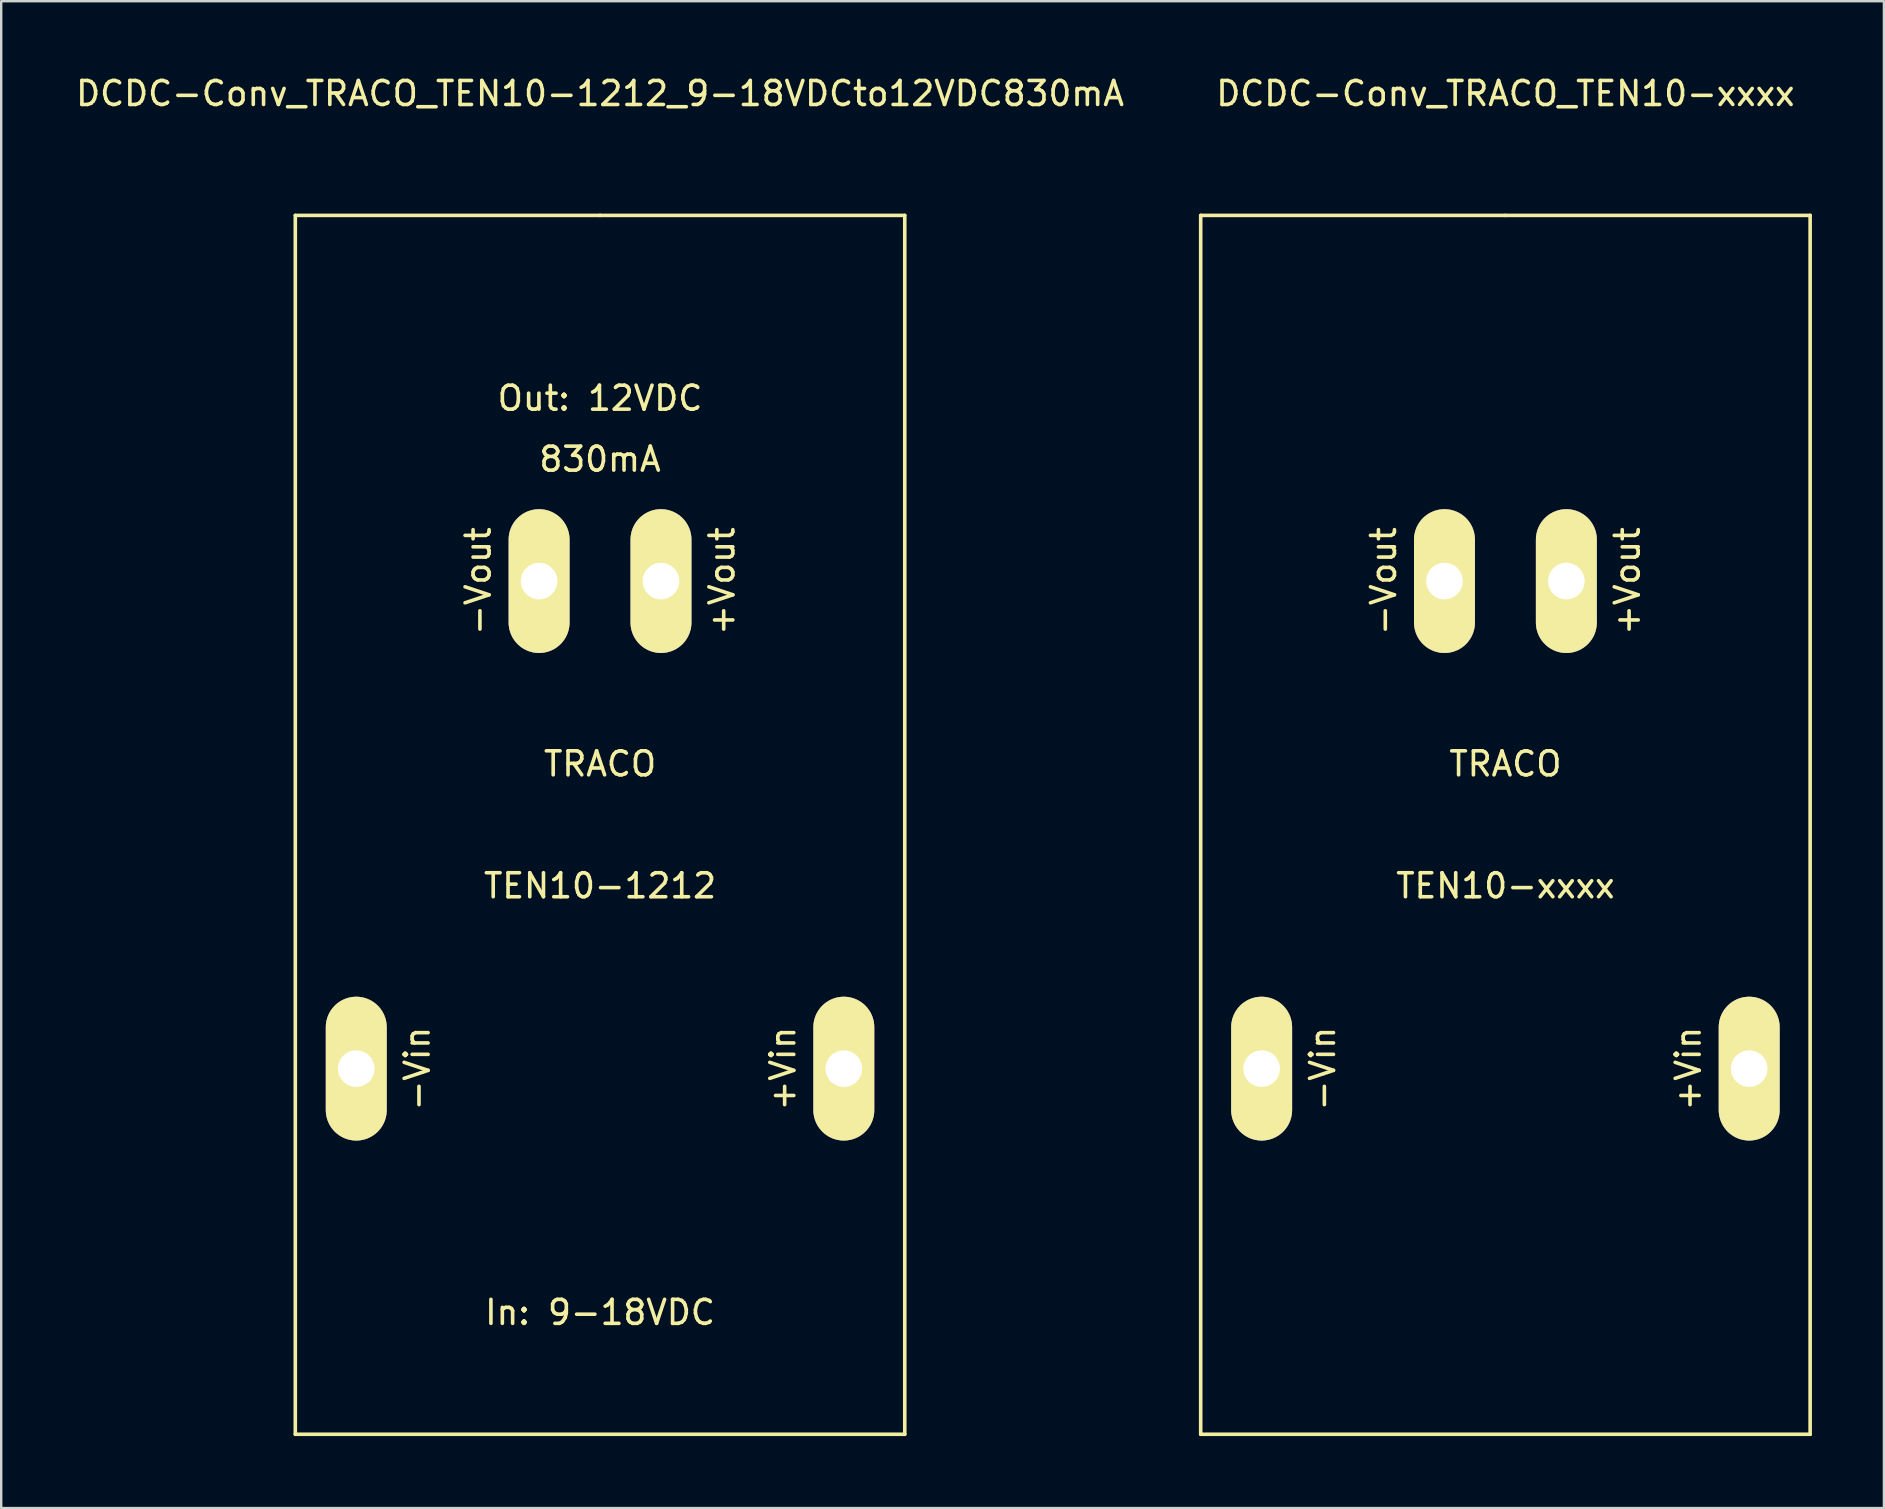
<source format=kicad_pcb>
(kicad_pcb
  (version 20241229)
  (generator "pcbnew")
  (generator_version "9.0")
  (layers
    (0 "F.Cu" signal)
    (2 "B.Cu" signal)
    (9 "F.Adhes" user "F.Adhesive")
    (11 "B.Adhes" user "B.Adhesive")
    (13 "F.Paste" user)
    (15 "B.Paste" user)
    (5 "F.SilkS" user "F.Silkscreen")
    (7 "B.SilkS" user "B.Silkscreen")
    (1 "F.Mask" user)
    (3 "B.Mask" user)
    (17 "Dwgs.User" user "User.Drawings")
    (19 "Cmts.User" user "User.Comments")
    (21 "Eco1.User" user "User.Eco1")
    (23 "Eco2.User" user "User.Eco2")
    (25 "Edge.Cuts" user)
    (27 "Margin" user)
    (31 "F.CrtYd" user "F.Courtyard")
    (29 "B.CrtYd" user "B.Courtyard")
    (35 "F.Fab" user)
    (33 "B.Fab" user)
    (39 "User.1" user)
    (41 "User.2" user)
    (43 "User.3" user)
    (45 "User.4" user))
  (footprint "DCDC-Conv_TRACO_TEN10-xxxx"
    (layer "F.Cu")
    (at 59.692 31.328)
    (property "Reference" "DCDC-Conv_TRACO_TEN10-xxxx" (at 0 -30.48 0) (layer "F.SilkS") (effects (font (size 1 1) (thickness 0.15))))
    (attr through_hole)
    (fp_line (start -12.7 -25.4) (end -12.7 25.4) (stroke (width 0.15) (type solid)) (layer "F.SilkS"))
    (fp_line (start -12.7 25.4) (end 12.7 25.4) (stroke (width 0.15) (type solid)) (layer "F.SilkS"))
    (fp_line (start 0 -25.4) (end -12.7 -25.4) (stroke (width 0.15) (type solid)) (layer "F.SilkS"))
    (fp_line (start 12.7 -25.4) (end 0 -25.4) (stroke (width 0.15) (type solid)) (layer "F.SilkS"))
    (fp_line (start 12.7 25.4) (end 12.7 -25.4) (stroke (width 0.15) (type solid)) (layer "F.SilkS"))
    (fp_text user "+Vin" (at 7.62 10.16 90) (layer "F.SilkS") (effects (font (size 1 1) (thickness 0.15))))
    (fp_text user "-Vout" (at -5.08 -10.16 90) (layer "F.SilkS") (effects (font (size 1 1) (thickness 0.15))))
    (fp_text user "+Vout" (at 5.08 -10.16 90) (layer "F.SilkS") (effects (font (size 1 1) (thickness 0.15))))
    (fp_text user "TEN10-xxxx" (at 0 2.54 0) (layer "F.SilkS") (effects (font (size 1 1) (thickness 0.15))))
    (fp_text user "-Vin" (at -7.62 10.16 90) (layer "F.SilkS") (effects (font (size 1 1) (thickness 0.15))))
    (fp_text user "TRACO" (at 0 -2.54 0) (layer "F.SilkS") (effects (font (size 1 1) (thickness 0.15))))
    (pad "1" thru_hole oval (at -2.54 -10.16) (size 2.54 5.994) (drill 1.524) (layers "*.Cu" "*.Mask" "F.SilkS"))
    (pad "2" thru_hole oval (at 2.54 -10.16) (size 2.54 5.994) (drill 1.524) (layers "*.Cu" "*.Mask" "F.SilkS"))
    (pad "3" thru_hole oval (at -10.16 10.16) (size 2.54 5.994) (drill 1.524) (layers "*.Cu" "*.Mask" "F.SilkS"))
    (pad "5" thru_hole oval (at 10.16 10.16) (size 2.54 5.994) (drill 1.524) (layers "*.Cu" "*.Mask" "F.SilkS")))
  (footprint "DCDC-Conv_TRACO_TEN10-1212_9-18VDCto12VDC830mA"
    (layer "F.Cu")
    (at 21.958 31.328)
    (property "Reference" "DCDC-Conv_TRACO_TEN10-1212_9-18VDCto12VDC830mA" (at 0 -30.48 0) (layer "F.SilkS") (effects (font (size 1 1) (thickness 0.15))))
    (attr through_hole)
    (fp_line (start -12.7 -25.4) (end -12.7 25.4) (stroke (width 0.15) (type solid)) (layer "F.SilkS"))
    (fp_line (start -12.7 25.4) (end 12.7 25.4) (stroke (width 0.15) (type solid)) (layer "F.SilkS"))
    (fp_line (start 0 -25.4) (end -12.7 -25.4) (stroke (width 0.15) (type solid)) (layer "F.SilkS"))
    (fp_line (start 12.7 -25.4) (end 0 -25.4) (stroke (width 0.15) (type solid)) (layer "F.SilkS"))
    (fp_line (start 12.7 25.4) (end 12.7 -25.4) (stroke (width 0.15) (type solid)) (layer "F.SilkS"))
    (fp_text user "-Vout" (at -5.08 -10.16 90) (layer "F.SilkS") (effects (font (size 1 1) (thickness 0.15))))
    (fp_text user "+Vin" (at 7.62 10.16 90) (layer "F.SilkS") (effects (font (size 1 1) (thickness 0.15))))
    (fp_text user "830mA" (at 0 -15.24 0) (layer "F.SilkS") (effects (font (size 1 1) (thickness 0.15))))
    (fp_text user "+Vout" (at 5.08 -10.16 90) (layer "F.SilkS") (effects (font (size 1 1) (thickness 0.15))))
    (fp_text user "Out: 12VDC" (at 0 -17.78 0) (layer "F.SilkS") (effects (font (size 1 1) (thickness 0.15))))
    (fp_text user "TRACO" (at 0 -2.54 0) (layer "F.SilkS") (effects (font (size 1 1) (thickness 0.15))))
    (fp_text user "In: 9-18VDC" (at 0 20.32 0) (layer "F.SilkS") (effects (font (size 1 1) (thickness 0.15))))
    (fp_text user "-Vin" (at -7.62 10.16 90) (layer "F.SilkS") (effects (font (size 1 1) (thickness 0.15))))
    (fp_text user "TEN10-1212" (at 0 2.54 0) (layer "F.SilkS") (effects (font (size 1 1) (thickness 0.15))))
    (pad "1" thru_hole oval (at -2.54 -10.16) (size 2.54 5.994) (drill 1.524) (layers "*.Cu" "*.Mask" "F.SilkS"))
    (pad "2" thru_hole oval (at 2.54 -10.16) (size 2.54 5.994) (drill 1.524) (layers "*.Cu" "*.Mask" "F.SilkS"))
    (pad "3" thru_hole oval (at -10.16 10.16) (size 2.54 5.994) (drill 1.524) (layers "*.Cu" "*.Mask" "F.SilkS"))
    (pad "5" thru_hole oval (at 10.16 10.16) (size 2.54 5.994) (drill 1.524) (layers "*.Cu" "*.Mask" "F.SilkS")))
  (gr_rect
    (start -3 -3)
    (end 75.467 59.803)
    (stroke (width 0.1) (type default))
    (fill no)
    (layer "Edge.Cuts")))
</source>
